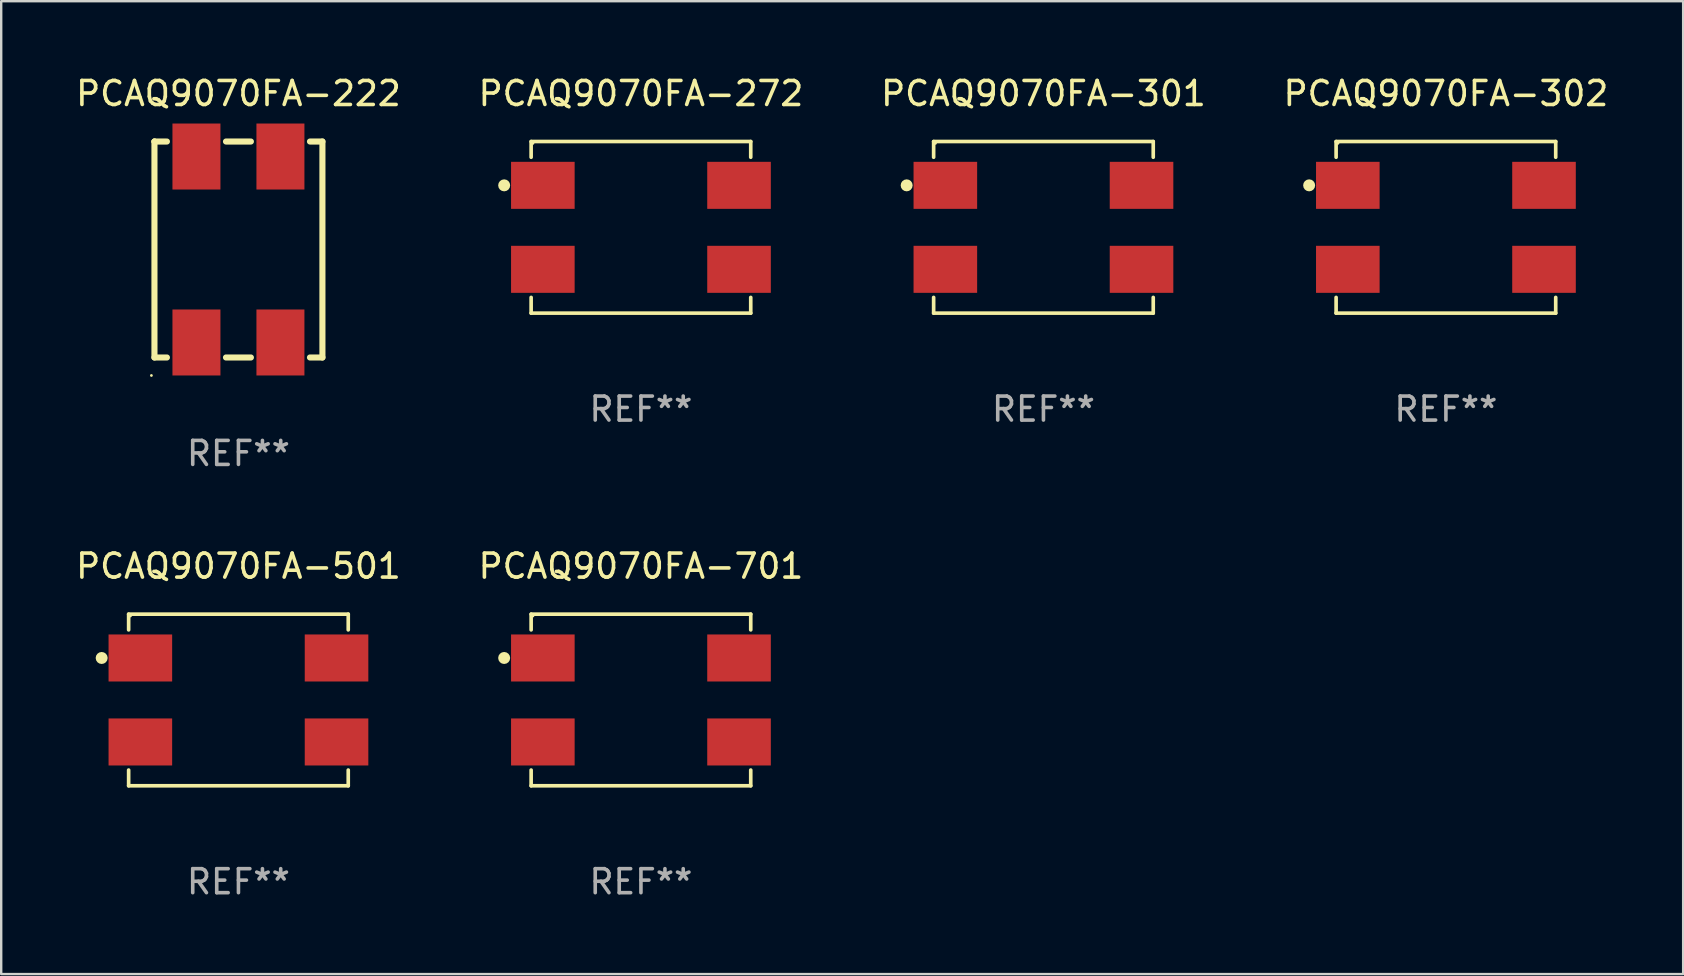
<source format=kicad_pcb>
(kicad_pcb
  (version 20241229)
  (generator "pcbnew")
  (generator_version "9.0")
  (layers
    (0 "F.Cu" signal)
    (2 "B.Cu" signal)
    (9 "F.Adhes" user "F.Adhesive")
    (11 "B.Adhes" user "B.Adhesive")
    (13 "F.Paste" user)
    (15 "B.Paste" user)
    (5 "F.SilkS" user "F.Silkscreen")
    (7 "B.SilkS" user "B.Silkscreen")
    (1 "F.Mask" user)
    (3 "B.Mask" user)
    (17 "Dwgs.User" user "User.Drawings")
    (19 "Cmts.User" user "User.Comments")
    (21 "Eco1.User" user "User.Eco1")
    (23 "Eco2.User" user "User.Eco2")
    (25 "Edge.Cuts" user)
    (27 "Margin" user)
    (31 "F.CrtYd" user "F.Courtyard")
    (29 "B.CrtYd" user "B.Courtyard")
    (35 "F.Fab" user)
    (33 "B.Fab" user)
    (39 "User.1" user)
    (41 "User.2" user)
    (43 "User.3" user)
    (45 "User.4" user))
  (footprint "PCAQ9070FA-501"
    (layer "F.Cu")
    (at 6.887 26.121)
    (property "Reference" "PCAQ9070FA-501" (at 0 -5.576 0) (layer "F.SilkS") (effects (font (size 1 1) (thickness 0.15))))
    (attr through_hole)
    (fp_line (start -4.576 -3.576) (end 4.576 -3.576) (stroke (width 0.152) (type solid)) (layer "F.SilkS"))
    (fp_line (start -4.576 -2.921) (end -4.576 -3.576) (stroke (width 0.152) (type solid)) (layer "F.SilkS"))
    (fp_line (start -4.576 2.921) (end -4.576 3.576) (stroke (width 0.152) (type solid)) (layer "F.SilkS"))
    (fp_line (start -4.576 3.576) (end 4.576 3.576) (stroke (width 0.152) (type solid)) (layer "F.SilkS"))
    (fp_line (start 4.576 -3.576) (end 4.576 -2.921) (stroke (width 0.152) (type solid)) (layer "F.SilkS"))
    (fp_line (start 4.576 3.576) (end 4.576 2.921) (stroke (width 0.152) (type solid)) (layer "F.SilkS"))
    (fp_circle (center -5.7 -1.75) (end -5.575 -1.75) (stroke (width 0.25) (type solid)) (fill no) (layer "F.SilkS"))
    (fp_circle (center -4.5 -3.5) (end -4.47 -3.5) (stroke (width 0.06) (type solid)) (fill no) (layer "F.SilkS"))
    (fp_text user "REF**" (at 0 7.576 0) (layer "F.Fab") (effects (font (size 1 1) (thickness 0.15))))
    (pad "1" smd rect (at -4.088 -1.75 270) (size 1.96 2.65) (layers "F.Cu" "F.Mask" "F.Paste"))
    (pad "2" smd rect (at -4.088 1.75 270) (size 1.96 2.65) (layers "F.Cu" "F.Mask" "F.Paste"))
    (pad "3" smd rect (at 4.088 1.75 270) (size 1.96 2.65) (layers "F.Cu" "F.Mask" "F.Paste"))
    (pad "4" smd rect (at 4.088 -1.75 270) (size 1.96 2.65) (layers "F.Cu" "F.Mask" "F.Paste")))
  (footprint "PCAQ9070FA-301"
    (layer "F.Cu")
    (at 40.435 6.424)
    (property "Reference" "PCAQ9070FA-301" (at 0 -5.576 0) (layer "F.SilkS") (effects (font (size 1 1) (thickness 0.15))))
    (attr through_hole)
    (fp_line (start -4.576 -3.576) (end 4.576 -3.576) (stroke (width 0.152) (type solid)) (layer "F.SilkS"))
    (fp_line (start -4.576 -2.921) (end -4.576 -3.576) (stroke (width 0.152) (type solid)) (layer "F.SilkS"))
    (fp_line (start -4.576 2.921) (end -4.576 3.576) (stroke (width 0.152) (type solid)) (layer "F.SilkS"))
    (fp_line (start -4.576 3.576) (end 4.576 3.576) (stroke (width 0.152) (type solid)) (layer "F.SilkS"))
    (fp_line (start 4.576 -3.576) (end 4.576 -2.921) (stroke (width 0.152) (type solid)) (layer "F.SilkS"))
    (fp_line (start 4.576 3.576) (end 4.576 2.921) (stroke (width 0.152) (type solid)) (layer "F.SilkS"))
    (fp_circle (center -5.7 -1.75) (end -5.575 -1.75) (stroke (width 0.25) (type solid)) (fill no) (layer "F.SilkS"))
    (fp_circle (center -4.5 -3.5) (end -4.47 -3.5) (stroke (width 0.06) (type solid)) (fill no) (layer "F.SilkS"))
    (fp_text user "REF**" (at 0 7.576 0) (layer "F.Fab") (effects (font (size 1 1) (thickness 0.15))))
    (pad "1" smd rect (at -4.088 -1.75 270) (size 1.96 2.65) (layers "F.Cu" "F.Mask" "F.Paste"))
    (pad "2" smd rect (at -4.088 1.75 270) (size 1.96 2.65) (layers "F.Cu" "F.Mask" "F.Paste"))
    (pad "3" smd rect (at 4.088 1.75 270) (size 1.96 2.65) (layers "F.Cu" "F.Mask" "F.Paste"))
    (pad "4" smd rect (at 4.088 -1.75 270) (size 1.96 2.65) (layers "F.Cu" "F.Mask" "F.Paste")))
  (footprint "PCAQ9070FA-302"
    (layer "F.Cu")
    (at 57.208 6.424)
    (property "Reference" "PCAQ9070FA-302" (at 0 -5.576 0) (layer "F.SilkS") (effects (font (size 1 1) (thickness 0.15))))
    (attr through_hole)
    (fp_line (start -4.576 -3.576) (end 4.576 -3.576) (stroke (width 0.152) (type solid)) (layer "F.SilkS"))
    (fp_line (start -4.576 -2.921) (end -4.576 -3.576) (stroke (width 0.152) (type solid)) (layer "F.SilkS"))
    (fp_line (start -4.576 2.921) (end -4.576 3.576) (stroke (width 0.152) (type solid)) (layer "F.SilkS"))
    (fp_line (start -4.576 3.576) (end 4.576 3.576) (stroke (width 0.152) (type solid)) (layer "F.SilkS"))
    (fp_line (start 4.576 -3.576) (end 4.576 -2.921) (stroke (width 0.152) (type solid)) (layer "F.SilkS"))
    (fp_line (start 4.576 3.576) (end 4.576 2.921) (stroke (width 0.152) (type solid)) (layer "F.SilkS"))
    (fp_circle (center -5.7 -1.75) (end -5.575 -1.75) (stroke (width 0.25) (type solid)) (fill no) (layer "F.SilkS"))
    (fp_circle (center -4.5 -3.5) (end -4.47 -3.5) (stroke (width 0.06) (type solid)) (fill no) (layer "F.SilkS"))
    (fp_text user "REF**" (at 0 7.576 0) (layer "F.Fab") (effects (font (size 1 1) (thickness 0.15))))
    (pad "1" smd rect (at -4.088 -1.75 270) (size 1.96 2.65) (layers "F.Cu" "F.Mask" "F.Paste"))
    (pad "2" smd rect (at -4.088 1.75 270) (size 1.96 2.65) (layers "F.Cu" "F.Mask" "F.Paste"))
    (pad "3" smd rect (at 4.088 1.75 270) (size 1.96 2.65) (layers "F.Cu" "F.Mask" "F.Paste"))
    (pad "4" smd rect (at 4.088 -1.75 270) (size 1.96 2.65) (layers "F.Cu" "F.Mask" "F.Paste")))
  (footprint "PCAQ9070FA-272"
    (layer "F.Cu")
    (at 23.661 6.424)
    (property "Reference" "PCAQ9070FA-272" (at 0 -5.576 0) (layer "F.SilkS") (effects (font (size 1 1) (thickness 0.15))))
    (attr through_hole)
    (fp_line (start -4.576 -3.576) (end 4.576 -3.576) (stroke (width 0.152) (type solid)) (layer "F.SilkS"))
    (fp_line (start -4.576 -2.921) (end -4.576 -3.576) (stroke (width 0.152) (type solid)) (layer "F.SilkS"))
    (fp_line (start -4.576 2.921) (end -4.576 3.576) (stroke (width 0.152) (type solid)) (layer "F.SilkS"))
    (fp_line (start -4.576 3.576) (end 4.576 3.576) (stroke (width 0.152) (type solid)) (layer "F.SilkS"))
    (fp_line (start 4.576 -3.576) (end 4.576 -2.921) (stroke (width 0.152) (type solid)) (layer "F.SilkS"))
    (fp_line (start 4.576 3.576) (end 4.576 2.921) (stroke (width 0.152) (type solid)) (layer "F.SilkS"))
    (fp_circle (center -5.7 -1.75) (end -5.575 -1.75) (stroke (width 0.25) (type solid)) (fill no) (layer "F.SilkS"))
    (fp_circle (center -4.5 -3.5) (end -4.47 -3.5) (stroke (width 0.06) (type solid)) (fill no) (layer "F.SilkS"))
    (fp_text user "REF**" (at 0 7.576 0) (layer "F.Fab") (effects (font (size 1 1) (thickness 0.15))))
    (pad "1" smd rect (at -4.088 -1.75 270) (size 1.96 2.65) (layers "F.Cu" "F.Mask" "F.Paste"))
    (pad "2" smd rect (at -4.088 1.75 270) (size 1.96 2.65) (layers "F.Cu" "F.Mask" "F.Paste"))
    (pad "3" smd rect (at 4.088 1.75 270) (size 1.96 2.65) (layers "F.Cu" "F.Mask" "F.Paste"))
    (pad "4" smd rect (at 4.088 -1.75 270) (size 1.96 2.65) (layers "F.Cu" "F.Mask" "F.Paste")))
  (footprint "PCAQ9070FA-701"
    (layer "F.Cu")
    (at 23.661 26.121)
    (property "Reference" "PCAQ9070FA-701" (at 0 -5.576 0) (layer "F.SilkS") (effects (font (size 1 1) (thickness 0.15))))
    (attr through_hole)
    (fp_line (start -4.576 -3.576) (end 4.576 -3.576) (stroke (width 0.152) (type solid)) (layer "F.SilkS"))
    (fp_line (start -4.576 -2.921) (end -4.576 -3.576) (stroke (width 0.152) (type solid)) (layer "F.SilkS"))
    (fp_line (start -4.576 2.921) (end -4.576 3.576) (stroke (width 0.152) (type solid)) (layer "F.SilkS"))
    (fp_line (start -4.576 3.576) (end 4.576 3.576) (stroke (width 0.152) (type solid)) (layer "F.SilkS"))
    (fp_line (start 4.576 -3.576) (end 4.576 -2.921) (stroke (width 0.152) (type solid)) (layer "F.SilkS"))
    (fp_line (start 4.576 3.576) (end 4.576 2.921) (stroke (width 0.152) (type solid)) (layer "F.SilkS"))
    (fp_circle (center -5.7 -1.75) (end -5.575 -1.75) (stroke (width 0.25) (type solid)) (fill no) (layer "F.SilkS"))
    (fp_circle (center -4.5 -3.5) (end -4.47 -3.5) (stroke (width 0.06) (type solid)) (fill no) (layer "F.SilkS"))
    (fp_text user "REF**" (at 0 7.576 0) (layer "F.Fab") (effects (font (size 1 1) (thickness 0.15))))
    (pad "1" smd rect (at -4.088 -1.75 270) (size 1.96 2.65) (layers "F.Cu" "F.Mask" "F.Paste"))
    (pad "2" smd rect (at -4.088 1.75 270) (size 1.96 2.65) (layers "F.Cu" "F.Mask" "F.Paste"))
    (pad "3" smd rect (at 4.088 1.75 270) (size 1.96 2.65) (layers "F.Cu" "F.Mask" "F.Paste"))
    (pad "4" smd rect (at 4.088 -1.75 270) (size 1.96 2.65) (layers "F.Cu" "F.Mask" "F.Paste")))
  (footprint "PCAQ9070FA-222"
    (layer "F.Cu")
    (at 6.887 7.348)
    (property "Reference" "PCAQ9070FA-222" (at 0 -6.5 0) (layer "F.SilkS") (effects (font (size 1 1) (thickness 0.15))))
    (attr through_hole)
    (fp_line (start -3.5 -4.5) (end -3.5 -4.5) (stroke (width 0.254) (type solid)) (layer "F.SilkS"))
    (fp_line (start -3.5 -4.5) (end -3.5 4.5) (stroke (width 0.254) (type solid)) (layer "F.SilkS"))
    (fp_line (start -3.5 -4.5) (end -2.981 -4.5) (stroke (width 0.254) (type solid)) (layer "F.SilkS"))
    (fp_line (start -2.981 4.5) (end -3.5 4.5) (stroke (width 0.254) (type solid)) (layer "F.SilkS"))
    (fp_line (start -0.519 -4.5) (end 0.519 -4.5) (stroke (width 0.254) (type solid)) (layer "F.SilkS"))
    (fp_line (start 0.519 4.5) (end -0.519 4.5) (stroke (width 0.254) (type solid)) (layer "F.SilkS"))
    (fp_line (start 2.981 -4.5) (end 3.5 -4.5) (stroke (width 0.254) (type solid)) (layer "F.SilkS"))
    (fp_line (start 3.5 -4.5) (end 3.5 4.5) (stroke (width 0.254) (type solid)) (layer "F.SilkS"))
    (fp_line (start 3.5 4.5) (end 2.981 4.5) (stroke (width 0.254) (type solid)) (layer "F.SilkS"))
    (fp_circle (center -3.627 5.25) (end -3.597 5.25) (stroke (width 0.06) (type solid)) (fill no) (layer "F.SilkS"))
    (fp_text user "REF**" (at 0 8.5 0) (layer "F.Fab") (effects (font (size 1 1) (thickness 0.15))))
    (pad "1" smd rect (at -1.75 3.875) (size 2 2.75) (layers "F.Cu" "F.Mask" "F.Paste"))
    (pad "2" smd rect (at 1.75 3.875) (size 2 2.75) (layers "F.Cu" "F.Mask" "F.Paste"))
    (pad "3" smd rect (at 1.75 -3.875) (size 2 2.75) (layers "F.Cu" "F.Mask" "F.Paste"))
    (pad "4" smd rect (at -1.75 -3.875) (size 2 2.75) (layers "F.Cu" "F.Mask" "F.Paste")))
  (gr_rect
    (start -3 -3)
    (end 67.095 37.545)
    (stroke (width 0.1) (type default))
    (fill no)
    (layer "Edge.Cuts")))
</source>
